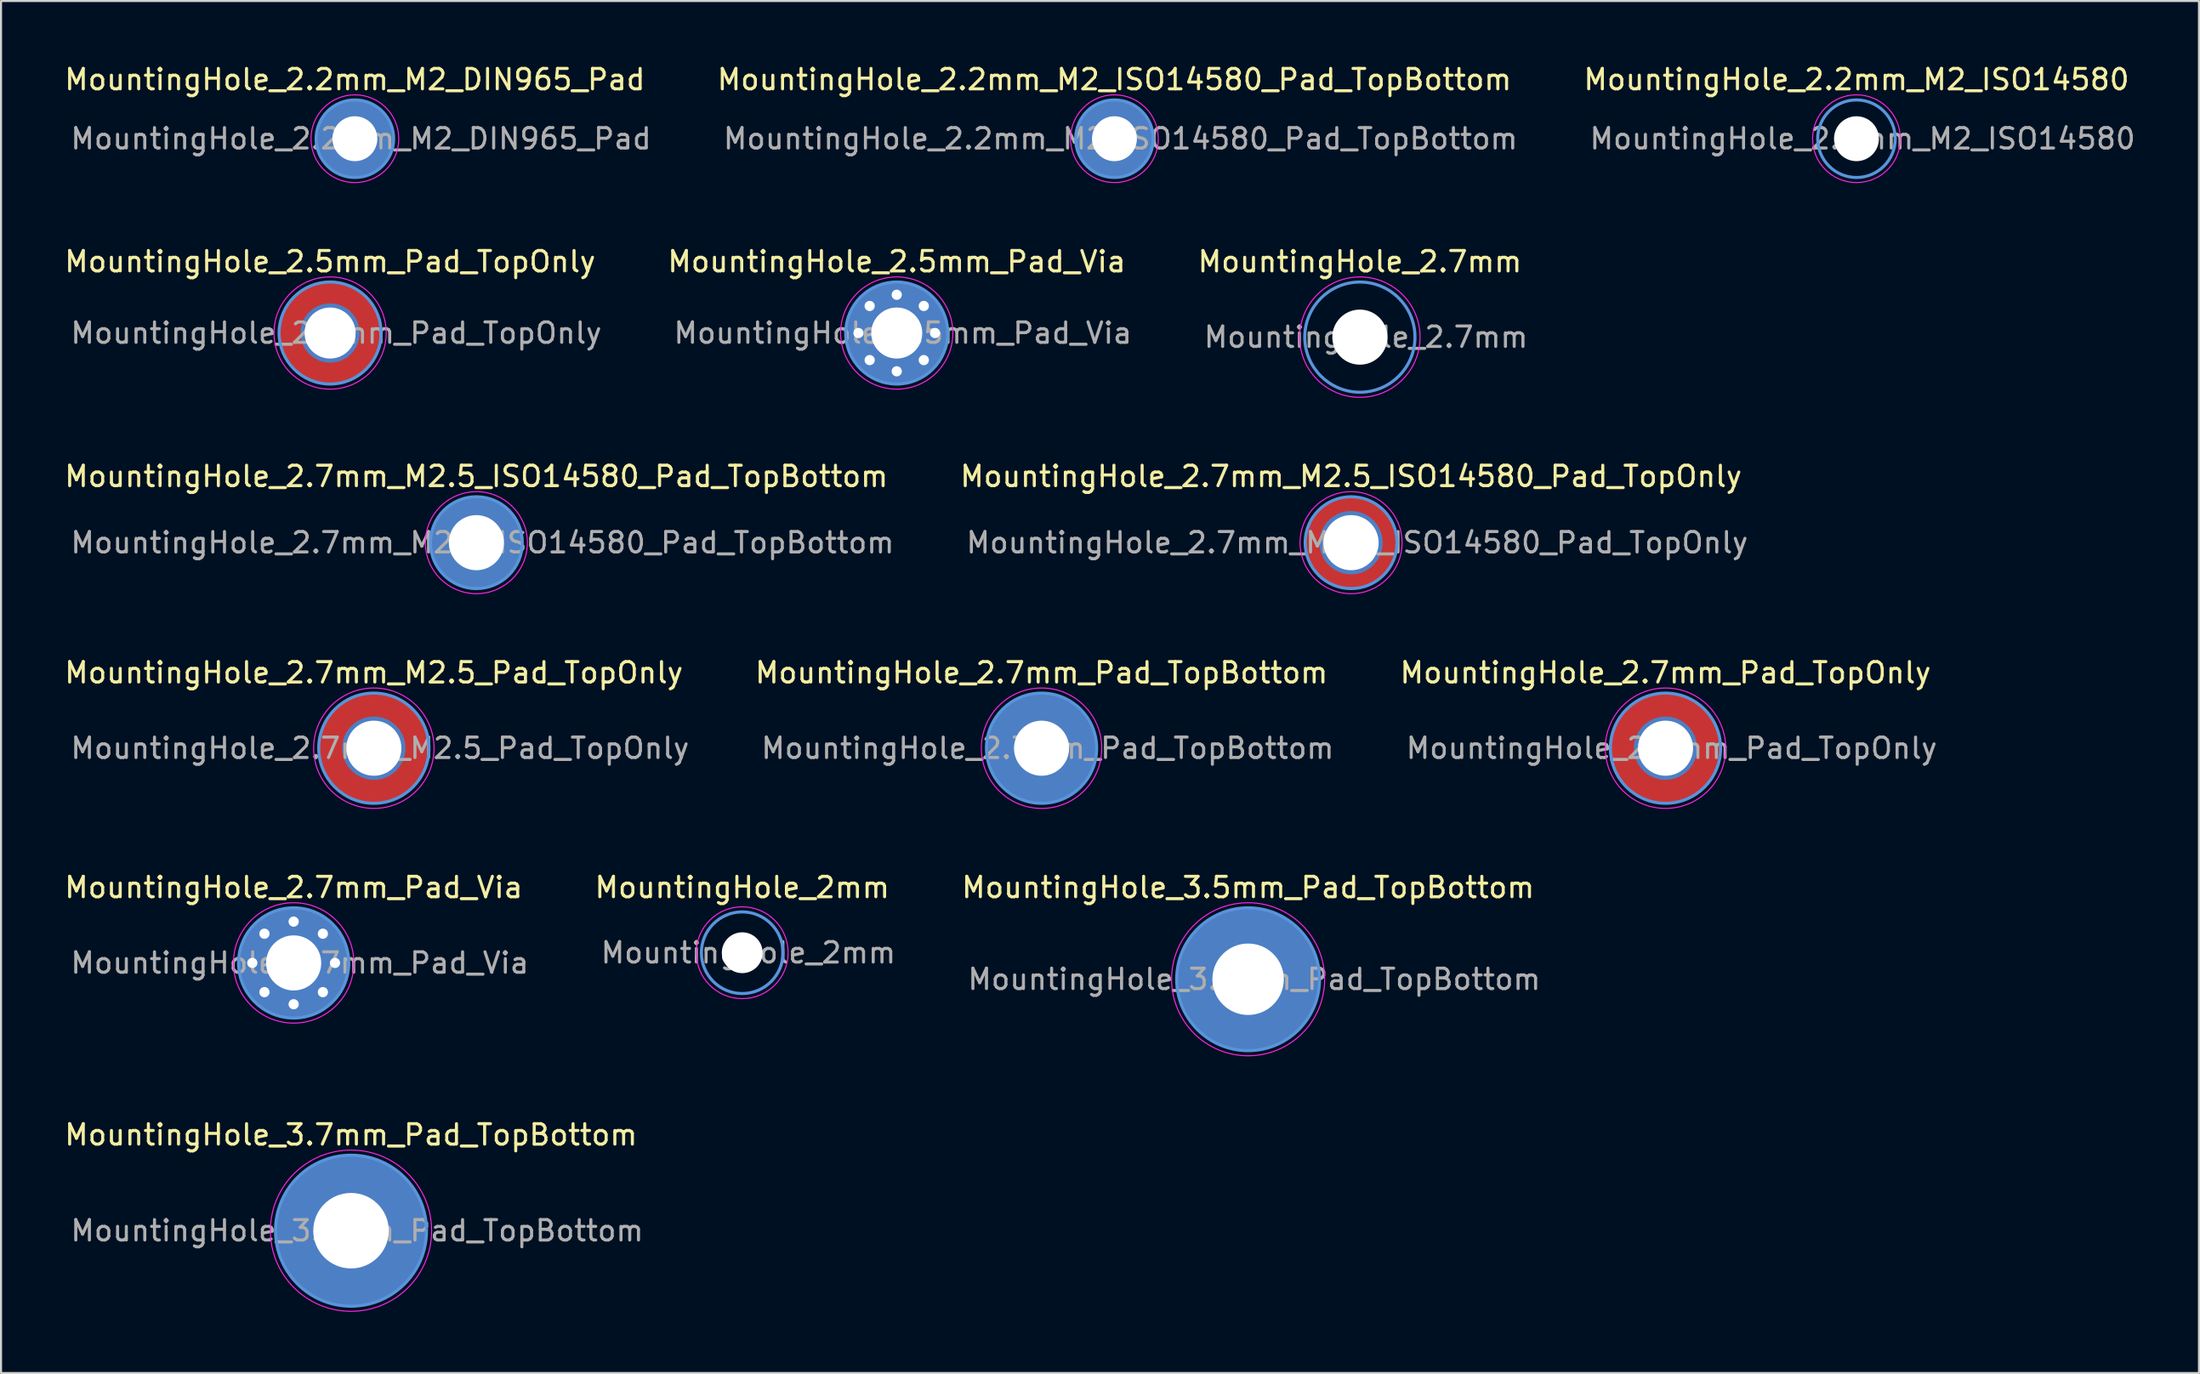
<source format=kicad_pcb>
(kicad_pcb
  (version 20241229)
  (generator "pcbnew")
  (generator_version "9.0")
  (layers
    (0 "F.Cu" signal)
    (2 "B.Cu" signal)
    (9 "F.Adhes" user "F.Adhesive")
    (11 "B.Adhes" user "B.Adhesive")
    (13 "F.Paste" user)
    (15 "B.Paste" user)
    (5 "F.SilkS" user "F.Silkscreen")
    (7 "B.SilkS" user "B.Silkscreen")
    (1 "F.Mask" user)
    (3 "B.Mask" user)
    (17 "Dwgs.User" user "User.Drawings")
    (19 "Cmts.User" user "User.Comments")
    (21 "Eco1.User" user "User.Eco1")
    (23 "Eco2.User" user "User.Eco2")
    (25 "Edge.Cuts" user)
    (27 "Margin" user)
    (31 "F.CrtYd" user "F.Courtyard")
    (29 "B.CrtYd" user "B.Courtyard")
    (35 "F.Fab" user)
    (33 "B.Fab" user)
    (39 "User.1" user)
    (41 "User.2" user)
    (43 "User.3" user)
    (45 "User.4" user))
  (footprint "MountingHole_2.7mm_M2.5_Pad_TopOnly"
    (layer "F.Cu")
    (at 15.268 33.618)
    (property "Reference" "MountingHole_2.7mm_M2.5_Pad_TopOnly" (at 0 -3.7 0) (layer "F.SilkS") (effects (font (size 1 1) (thickness 0.15))))
    (attr exclude_from_pos_files exclude_from_bom)
    (fp_circle (center 0 0) (end 2.7 0) (stroke (width 0.15) (type solid)) (fill no) (layer "Cmts.User"))
    (fp_circle (center 0 0) (end 2.95 0) (stroke (width 0.05) (type solid)) (fill no) (layer "F.CrtYd"))
    (fp_text user "${REFERENCE}" (at 0.3 0 0) (layer "F.Fab") (effects (font (size 1 1) (thickness 0.15))))
    (pad "1" thru_hole circle (at 0 0) (size 3.1 3.1) (drill 2.7) (layers "*.Cu" "*.Mask"))
    (pad "1" connect circle (at 0 0) (size 5.4 5.4) (layers "F.Cu" "F.Mask")))
  (footprint "MountingHole_2.2mm_M2_DIN965_Pad"
    (layer "F.Cu")
    (at 14.339 3.748)
    (property "Reference" "MountingHole_2.2mm_M2_DIN965_Pad" (at 0 -2.9 0) (layer "F.SilkS") (effects (font (size 1 1) (thickness 0.15))))
    (attr exclude_from_pos_files exclude_from_bom)
    (fp_circle (center 0 0) (end 1.9 0) (stroke (width 0.15) (type solid)) (fill no) (layer "Cmts.User"))
    (fp_circle (center 0 0) (end 2.15 0) (stroke (width 0.05) (type solid)) (fill no) (layer "F.CrtYd"))
    (fp_text user "${REFERENCE}" (at 0.3 0 0) (layer "F.Fab") (effects (font (size 1 1) (thickness 0.15))))
    (pad "1" thru_hole circle (at 0 0) (size 3.8 3.8) (drill 2.2) (layers "*.Cu" "*.Mask")))
  (footprint "MountingHole_2.7mm_M2.5_ISO14580_Pad_TopOnly"
    (layer "F.Cu")
    (at 63.151 23.545)
    (property "Reference" "MountingHole_2.7mm_M2.5_ISO14580_Pad_TopOnly" (at 0 -3.25 0) (layer "F.SilkS") (effects (font (size 1 1) (thickness 0.15))))
    (attr exclude_from_pos_files exclude_from_bom)
    (fp_circle (center 0 0) (end 2.25 0) (stroke (width 0.15) (type solid)) (fill no) (layer "Cmts.User"))
    (fp_circle (center 0 0) (end 2.5 0) (stroke (width 0.05) (type solid)) (fill no) (layer "F.CrtYd"))
    (fp_text user "${REFERENCE}" (at 0.3 0 0) (layer "F.Fab") (effects (font (size 1 1) (thickness 0.15))))
    (pad "1" thru_hole circle (at 0 0) (size 3.1 3.1) (drill 2.7) (layers "*.Cu" "*.Mask"))
    (pad "1" connect circle (at 0 0) (size 4.5 4.5) (layers "F.Cu" "F.Mask")))
  (footprint "MountingHole_2mm"
    (layer "F.Cu")
    (at 33.318 43.641)
    (property "Reference" "MountingHole_2mm" (at 0 -3.2 0) (layer "F.SilkS") (effects (font (size 1 1) (thickness 0.15))))
    (attr exclude_from_pos_files exclude_from_bom)
    (fp_circle (center 0 0) (end 2 0) (stroke (width 0.15) (type solid)) (fill no) (layer "Cmts.User"))
    (fp_circle (center 0 0) (end 2.25 0) (stroke (width 0.05) (type solid)) (fill no) (layer "F.CrtYd"))
    (fp_text user "${REFERENCE}" (at 0.3 0 0) (layer "F.Fab") (effects (font (size 1 1) (thickness 0.15))))
    (pad "" np_thru_hole circle (at 0 0) (size 2 2) (drill 2) (layers "*.Cu" "*.Mask")))
  (footprint "MountingHole_2.7mm_Pad_TopBottom"
    (layer "F.Cu")
    (at 47.985 33.618)
    (property "Reference" "MountingHole_2.7mm_Pad_TopBottom" (at 0 -3.7 0) (layer "F.SilkS") (effects (font (size 1 1) (thickness 0.15))))
    (attr exclude_from_pos_files exclude_from_bom)
    (fp_circle (center 0 0) (end 2.7 0) (stroke (width 0.15) (type solid)) (fill no) (layer "Cmts.User"))
    (fp_circle (center 0 0) (end 2.95 0) (stroke (width 0.05) (type solid)) (fill no) (layer "F.CrtYd"))
    (fp_text user "${REFERENCE}" (at 0.3 0 0) (layer "F.Fab") (effects (font (size 1 1) (thickness 0.15))))
    (pad "1" thru_hole circle (at 0 0) (size 3.1 3.1) (drill 2.7) (layers "*.Cu" "*.Mask"))
    (pad "1" connect circle (at 0 0) (size 5.4 5.4) (layers "F.Cu" "F.Mask"))
    (pad "1" connect circle (at 0 0) (size 5.4 5.4) (layers "B.Cu" "B.Mask")))
  (footprint "MountingHole_2.7mm_Pad_TopOnly"
    (layer "F.Cu")
    (at 78.558 33.618)
    (property "Reference" "MountingHole_2.7mm_Pad_TopOnly" (at 0 -3.7 0) (layer "F.SilkS") (effects (font (size 1 1) (thickness 0.15))))
    (attr exclude_from_pos_files exclude_from_bom)
    (fp_circle (center 0 0) (end 2.7 0) (stroke (width 0.15) (type solid)) (fill no) (layer "Cmts.User"))
    (fp_circle (center 0 0) (end 2.95 0) (stroke (width 0.05) (type solid)) (fill no) (layer "F.CrtYd"))
    (fp_text user "${REFERENCE}" (at 0.3 0 0) (layer "F.Fab") (effects (font (size 1 1) (thickness 0.15))))
    (pad "1" thru_hole circle (at 0 0) (size 3.1 3.1) (drill 2.7) (layers "*.Cu" "*.Mask"))
    (pad "1" connect circle (at 0 0) (size 5.4 5.4) (layers "F.Cu" "F.Mask")))
  (footprint "MountingHole_3.7mm_Pad_TopBottom"
    (layer "F.Cu")
    (at 14.149 57.264)
    (property "Reference" "MountingHole_3.7mm_Pad_TopBottom" (at 0 -4.7 0) (layer "F.SilkS") (effects (font (size 1 1) (thickness 0.15))))
    (attr exclude_from_pos_files exclude_from_bom)
    (fp_circle (center 0 0) (end 3.7 0) (stroke (width 0.15) (type solid)) (fill no) (layer "Cmts.User"))
    (fp_circle (center 0 0) (end 3.95 0) (stroke (width 0.05) (type solid)) (fill no) (layer "F.CrtYd"))
    (fp_text user "${REFERENCE}" (at 0.3 0 0) (layer "F.Fab") (effects (font (size 1 1) (thickness 0.15))))
    (pad "1" thru_hole circle (at 0 0) (size 4.1 4.1) (drill 3.7) (layers "*.Cu" "*.Mask"))
    (pad "1" connect circle (at 0 0) (size 7.4 7.4) (layers "F.Cu" "F.Mask"))
    (pad "1" connect circle (at 0 0) (size 7.4 7.4) (layers "B.Cu" "B.Mask")))
  (footprint "MountingHole_2.7mm"
    (layer "F.Cu")
    (at 63.582 13.472)
    (property "Reference" "MountingHole_2.7mm" (at 0 -3.7 0) (layer "F.SilkS") (effects (font (size 1 1) (thickness 0.15))))
    (attr exclude_from_pos_files exclude_from_bom)
    (fp_circle (center 0 0) (end 2.7 0) (stroke (width 0.15) (type solid)) (fill no) (layer "Cmts.User"))
    (fp_circle (center 0 0) (end 2.95 0) (stroke (width 0.05) (type solid)) (fill no) (layer "F.CrtYd"))
    (fp_text user "${REFERENCE}" (at 0.3 0 0) (layer "F.Fab") (effects (font (size 1 1) (thickness 0.15))))
    (pad "" np_thru_hole circle (at 0 0) (size 2.7 2.7) (drill 2.7) (layers "*.Cu" "*.Mask")))
  (footprint "MountingHole_2.5mm_Pad_TopOnly"
    (layer "F.Cu")
    (at 13.125 13.271)
    (property "Reference" "MountingHole_2.5mm_Pad_TopOnly" (at 0 -3.5 0) (layer "F.SilkS") (effects (font (size 1 1) (thickness 0.15))))
    (attr exclude_from_pos_files exclude_from_bom)
    (fp_circle (center 0 0) (end 2.5 0) (stroke (width 0.15) (type solid)) (fill no) (layer "Cmts.User"))
    (fp_circle (center 0 0) (end 2.75 0) (stroke (width 0.05) (type solid)) (fill no) (layer "F.CrtYd"))
    (fp_text user "${REFERENCE}" (at 0.3 0 0) (layer "F.Fab") (effects (font (size 1 1) (thickness 0.15))))
    (pad "1" thru_hole circle (at 0 0) (size 2.9 2.9) (drill 2.5) (layers "*.Cu" "*.Mask"))
    (pad "1" connect circle (at 0 0) (size 5 5) (layers "F.Cu" "F.Mask")))
  (footprint "MountingHole_2.7mm_Pad_Via"
    (layer "F.Cu")
    (at 11.339 44.141)
    (property "Reference" "MountingHole_2.7mm_Pad_Via" (at 0 -3.7 0) (layer "F.SilkS") (effects (font (size 1 1) (thickness 0.15))))
    (attr exclude_from_pos_files exclude_from_bom)
    (fp_circle (center 0 0) (end 2.7 0) (stroke (width 0.15) (type solid)) (fill no) (layer "Cmts.User"))
    (fp_circle (center 0 0) (end 2.95 0) (stroke (width 0.05) (type solid)) (fill no) (layer "F.CrtYd"))
    (fp_text user "${REFERENCE}" (at 0.3 0 0) (layer "F.Fab") (effects (font (size 1 1) (thickness 0.15))))
    (pad "1" thru_hole circle (at -2.025 0) (size 0.8 0.8) (drill 0.5) (layers "*.Cu" "*.Mask"))
    (pad "1" thru_hole circle (at -1.432 -1.432) (size 0.8 0.8) (drill 0.5) (layers "*.Cu" "*.Mask"))
    (pad "1" thru_hole circle (at -1.432 1.432) (size 0.8 0.8) (drill 0.5) (layers "*.Cu" "*.Mask"))
    (pad "1" thru_hole circle (at 0 -2.025) (size 0.8 0.8) (drill 0.5) (layers "*.Cu" "*.Mask"))
    (pad "1" thru_hole circle (at 0 0) (size 5.4 5.4) (drill 2.7) (layers "*.Cu" "*.Mask"))
    (pad "1" thru_hole circle (at 0 2.025) (size 0.8 0.8) (drill 0.5) (layers "*.Cu" "*.Mask"))
    (pad "1" thru_hole circle (at 1.432 -1.432) (size 0.8 0.8) (drill 0.5) (layers "*.Cu" "*.Mask"))
    (pad "1" thru_hole circle (at 1.432 1.432) (size 0.8 0.8) (drill 0.5) (layers "*.Cu" "*.Mask"))
    (pad "1" thru_hole circle (at 2.025 0) (size 0.8 0.8) (drill 0.5) (layers "*.Cu" "*.Mask")))
  (footprint "MountingHole_2.2mm_M2_ISO14580"
    (layer "F.Cu")
    (at 87.915 3.748)
    (property "Reference" "MountingHole_2.2mm_M2_ISO14580" (at 0 -2.9 0) (layer "F.SilkS") (effects (font (size 1 1) (thickness 0.15))))
    (attr exclude_from_pos_files exclude_from_bom)
    (fp_circle (center 0 0) (end 1.9 0) (stroke (width 0.15) (type solid)) (fill no) (layer "Cmts.User"))
    (fp_circle (center 0 0) (end 2.15 0) (stroke (width 0.05) (type solid)) (fill no) (layer "F.CrtYd"))
    (fp_text user "${REFERENCE}" (at 0.3 0 0) (layer "F.Fab") (effects (font (size 1 1) (thickness 0.15))))
    (pad "" np_thru_hole circle (at 0 0) (size 2.2 2.2) (drill 2.2) (layers "*.Cu" "*.Mask")))
  (footprint "MountingHole_2.5mm_Pad_Via"
    (layer "F.Cu")
    (at 40.889 13.271)
    (property "Reference" "MountingHole_2.5mm_Pad_Via" (at 0 -3.5 0) (layer "F.SilkS") (effects (font (size 1 1) (thickness 0.15))))
    (attr exclude_from_pos_files exclude_from_bom)
    (fp_circle (center 0 0) (end 2.5 0) (stroke (width 0.15) (type solid)) (fill no) (layer "Cmts.User"))
    (fp_circle (center 0 0) (end 2.75 0) (stroke (width 0.05) (type solid)) (fill no) (layer "F.CrtYd"))
    (fp_text user "${REFERENCE}" (at 0.3 0 0) (layer "F.Fab") (effects (font (size 1 1) (thickness 0.15))))
    (pad "1" thru_hole circle (at -1.875 0) (size 0.8 0.8) (drill 0.5) (layers "*.Cu" "*.Mask"))
    (pad "1" thru_hole circle (at -1.326 -1.326) (size 0.8 0.8) (drill 0.5) (layers "*.Cu" "*.Mask"))
    (pad "1" thru_hole circle (at -1.326 1.326) (size 0.8 0.8) (drill 0.5) (layers "*.Cu" "*.Mask"))
    (pad "1" thru_hole circle (at 0 -1.875) (size 0.8 0.8) (drill 0.5) (layers "*.Cu" "*.Mask"))
    (pad "1" thru_hole circle (at 0 0) (size 5 5) (drill 2.5) (layers "*.Cu" "*.Mask"))
    (pad "1" thru_hole circle (at 0 1.875) (size 0.8 0.8) (drill 0.5) (layers "*.Cu" "*.Mask"))
    (pad "1" thru_hole circle (at 1.326 -1.326) (size 0.8 0.8) (drill 0.5) (layers "*.Cu" "*.Mask"))
    (pad "1" thru_hole circle (at 1.326 1.326) (size 0.8 0.8) (drill 0.5) (layers "*.Cu" "*.Mask"))
    (pad "1" thru_hole circle (at 1.875 0) (size 0.8 0.8) (drill 0.5) (layers "*.Cu" "*.Mask")))
  (footprint "MountingHole_2.7mm_M2.5_ISO14580_Pad_TopBottom"
    (layer "F.Cu")
    (at 20.292 23.545)
    (property "Reference" "MountingHole_2.7mm_M2.5_ISO14580_Pad_TopBottom" (at 0 -3.25 0) (layer "F.SilkS") (effects (font (size 1 1) (thickness 0.15))))
    (attr exclude_from_pos_files exclude_from_bom)
    (fp_circle (center 0 0) (end 2.25 0) (stroke (width 0.15) (type solid)) (fill no) (layer "Cmts.User"))
    (fp_circle (center 0 0) (end 2.5 0) (stroke (width 0.05) (type solid)) (fill no) (layer "F.CrtYd"))
    (fp_text user "${REFERENCE}" (at 0.3 0 0) (layer "F.Fab") (effects (font (size 1 1) (thickness 0.15))))
    (pad "1" thru_hole circle (at 0 0) (size 3.1 3.1) (drill 2.7) (layers "*.Cu" "*.Mask"))
    (pad "1" connect circle (at 0 0) (size 4.5 4.5) (layers "F.Cu" "F.Mask"))
    (pad "1" connect circle (at 0 0) (size 4.5 4.5) (layers "B.Cu" "B.Mask")))
  (footprint "MountingHole_3.5mm_Pad_TopBottom"
    (layer "F.Cu")
    (at 58.106 44.941)
    (property "Reference" "MountingHole_3.5mm_Pad_TopBottom" (at 0 -4.5 0) (layer "F.SilkS") (effects (font (size 1 1) (thickness 0.15))))
    (attr exclude_from_pos_files exclude_from_bom)
    (fp_circle (center 0 0) (end 3.5 0) (stroke (width 0.15) (type solid)) (fill no) (layer "Cmts.User"))
    (fp_circle (center 0 0) (end 3.75 0) (stroke (width 0.05) (type solid)) (fill no) (layer "F.CrtYd"))
    (fp_text user "${REFERENCE}" (at 0.3 0 0) (layer "F.Fab") (effects (font (size 1 1) (thickness 0.15))))
    (pad "1" thru_hole circle (at 0 0) (size 3.9 3.9) (drill 3.5) (layers "*.Cu" "*.Mask"))
    (pad "1" connect circle (at 0 0) (size 7 7) (layers "F.Cu" "F.Mask"))
    (pad "1" connect circle (at 0 0) (size 7 7) (layers "B.Cu" "B.Mask")))
  (footprint "MountingHole_2.2mm_M2_ISO14580_Pad_TopBottom"
    (layer "F.Cu")
    (at 51.556 3.748)
    (property "Reference" "MountingHole_2.2mm_M2_ISO14580_Pad_TopBottom" (at 0 -2.9 0) (layer "F.SilkS") (effects (font (size 1 1) (thickness 0.15))))
    (attr exclude_from_pos_files exclude_from_bom)
    (fp_circle (center 0 0) (end 1.9 0) (stroke (width 0.15) (type solid)) (fill no) (layer "Cmts.User"))
    (fp_circle (center 0 0) (end 2.15 0) (stroke (width 0.05) (type solid)) (fill no) (layer "F.CrtYd"))
    (fp_text user "${REFERENCE}" (at 0.3 0 0) (layer "F.Fab") (effects (font (size 1 1) (thickness 0.15))))
    (pad "1" thru_hole circle (at 0 0) (size 2.6 2.6) (drill 2.2) (layers "*.Cu" "*.Mask"))
    (pad "1" connect circle (at 0 0) (size 3.8 3.8) (layers "F.Cu" "F.Mask"))
    (pad "1" connect circle (at 0 0) (size 3.8 3.8) (layers "B.Cu" "B.Mask")))
  (gr_rect
    (start -3 -3)
    (end 104.698 64.24)
    (stroke (width 0.1) (type default))
    (fill no)
    (layer "Edge.Cuts")))
</source>
